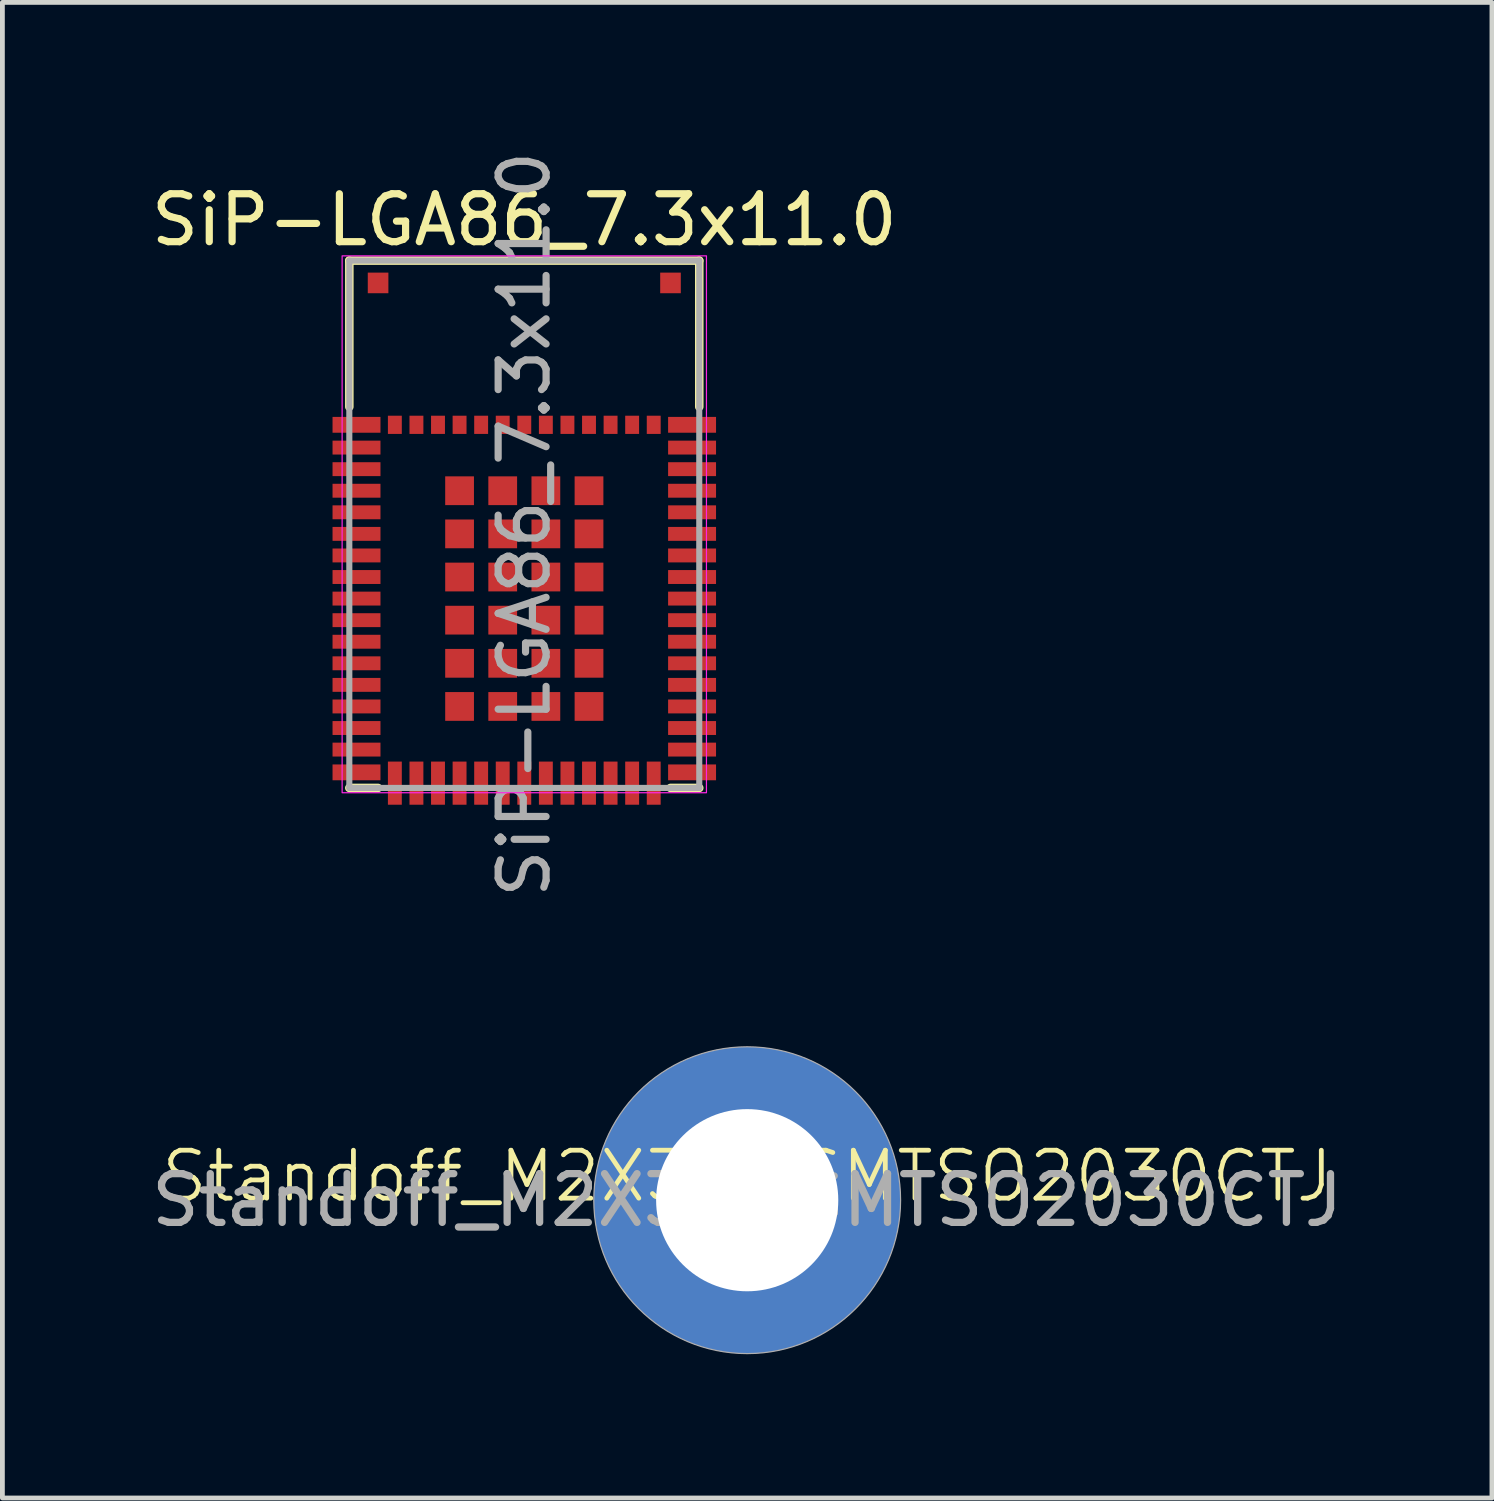
<source format=kicad_pcb>
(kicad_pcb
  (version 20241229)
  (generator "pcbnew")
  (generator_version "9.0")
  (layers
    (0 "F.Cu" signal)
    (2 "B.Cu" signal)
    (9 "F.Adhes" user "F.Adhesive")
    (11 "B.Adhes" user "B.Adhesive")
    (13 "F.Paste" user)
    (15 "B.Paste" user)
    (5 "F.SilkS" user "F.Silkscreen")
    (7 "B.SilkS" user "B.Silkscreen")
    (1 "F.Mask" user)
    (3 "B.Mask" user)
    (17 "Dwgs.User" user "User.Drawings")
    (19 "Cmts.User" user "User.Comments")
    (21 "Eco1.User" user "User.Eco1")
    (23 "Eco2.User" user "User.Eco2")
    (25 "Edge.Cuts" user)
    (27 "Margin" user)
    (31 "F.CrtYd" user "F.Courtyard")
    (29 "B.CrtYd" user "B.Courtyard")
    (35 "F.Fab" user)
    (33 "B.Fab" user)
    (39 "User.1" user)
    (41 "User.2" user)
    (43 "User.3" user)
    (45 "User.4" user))
  (footprint "SiP-LGA86_7.3x11.0"
    (layer "F.Cu")
    (at 7.887 7.887)
    (property "Reference" "SiP-LGA86_7.3x11.0" (at 0 -6.35 0) (layer "F.SilkS") (effects (font (size 1 1) (thickness 0.15))))
    (attr smd)
    (fp_line (start -3.65 -5.5) (end 3.65 -5.5) (stroke (width 0.178) (type solid)) (layer "F.SilkS"))
    (fp_line (start -3.65 -2.45) (end -3.65 -5.5) (stroke (width 0.178) (type solid)) (layer "F.SilkS"))
    (fp_line (start -3.65 5.5) (end -3.05 5.5) (stroke (width 0.178) (type solid)) (layer "F.SilkS"))
    (fp_line (start 3.65 -5.5) (end 3.65 -2.45) (stroke (width 0.178) (type solid)) (layer "F.SilkS"))
    (fp_line (start 3.65 5.5) (end 3.05 5.5) (stroke (width 0.178) (type solid)) (layer "F.SilkS"))
    (fp_rect (start -3.8 -5.6) (end 3.8 5.6) (stroke (width 0.025) (type solid)) (fill no) (layer "F.CrtYd"))
    (fp_line (start -3.65 -5.5) (end -3.65 5.5) (stroke (width 0.127) (type solid)) (layer "F.Fab"))
    (fp_line (start -3.65 -5.5) (end 3.65 -5.5) (stroke (width 0.127) (type solid)) (layer "F.Fab"))
    (fp_line (start -3.65 5.5) (end 3.65 5.5) (stroke (width 0.127) (type solid)) (layer "F.Fab"))
    (fp_line (start 3.65 -5.5) (end 3.65 5.5) (stroke (width 0.127) (type solid)) (layer "F.Fab"))
    (fp_text user "${REFERENCE}" (at 0 0 90) (unlocked yes) (layer "F.Fab") (effects (font (size 1 1) (thickness 0.15))))
    (pad "1" smd rect (at -3.5 -2.075) (size 1 0.33) (layers "F.Cu" "F.Mask" "F.Paste"))
    (pad "2" smd rect (at -3.5 -1.6) (size 1 0.29) (layers "F.Cu" "F.Mask" "F.Paste"))
    (pad "3" smd rect (at -3.5 -1.15) (size 1 0.29) (layers "F.Cu" "F.Mask" "F.Paste"))
    (pad "4" smd rect (at -3.5 -0.7) (size 1 0.29) (layers "F.Cu" "F.Mask" "F.Paste"))
    (pad "5" smd rect (at -3.5 -0.25) (size 1 0.29) (layers "F.Cu" "F.Mask" "F.Paste"))
    (pad "6" smd rect (at -3.5 0.2) (size 1 0.29) (layers "F.Cu" "F.Mask" "F.Paste"))
    (pad "7" smd rect (at -3.5 0.65) (size 1 0.29) (layers "F.Cu" "F.Mask" "F.Paste"))
    (pad "8" smd rect (at -3.5 1.1) (size 1 0.29) (layers "F.Cu" "F.Mask" "F.Paste"))
    (pad "9" smd rect (at -3.5 1.55) (size 1 0.29) (layers "F.Cu" "F.Mask" "F.Paste"))
    (pad "10" smd rect (at -3.5 2) (size 1 0.29) (layers "F.Cu" "F.Mask" "F.Paste"))
    (pad "11" smd rect (at -3.5 2.45) (size 1 0.29) (layers "F.Cu" "F.Mask" "F.Paste"))
    (pad "12" smd rect (at -3.5 2.9) (size 1 0.29) (layers "F.Cu" "F.Mask" "F.Paste"))
    (pad "13" smd rect (at -3.5 3.35) (size 1 0.29) (layers "F.Cu" "F.Mask" "F.Paste"))
    (pad "14" smd rect (at -3.5 3.8) (size 1 0.29) (layers "F.Cu" "F.Mask" "F.Paste"))
    (pad "15" smd rect (at -3.5 4.25) (size 1 0.29) (layers "F.Cu" "F.Mask" "F.Paste"))
    (pad "16" smd rect (at -3.5 4.7) (size 1 0.29) (layers "F.Cu" "F.Mask" "F.Paste"))
    (pad "17" smd rect (at -3.5 5.175) (size 1 0.33) (layers "F.Cu" "F.Mask" "F.Paste"))
    (pad "18" smd rect (at -2.7 5.4) (size 0.29 0.9) (layers "F.Cu" "F.Mask" "F.Paste"))
    (pad "19" smd rect (at -2.25 5.4) (size 0.29 0.9) (layers "F.Cu" "F.Mask" "F.Paste"))
    (pad "20" smd rect (at -1.8 5.4) (size 0.29 0.9) (layers "F.Cu" "F.Mask" "F.Paste"))
    (pad "21" smd rect (at -1.35 5.4) (size 0.29 0.9) (layers "F.Cu" "F.Mask" "F.Paste"))
    (pad "22" smd rect (at -0.9 5.4) (size 0.29 0.9) (layers "F.Cu" "F.Mask" "F.Paste"))
    (pad "23" smd rect (at -0.45 5.4) (size 0.29 0.9) (layers "F.Cu" "F.Mask" "F.Paste"))
    (pad "24" smd rect (at 0 5.4) (size 0.29 0.9) (layers "F.Cu" "F.Mask" "F.Paste"))
    (pad "25" smd rect (at 0.45 5.4) (size 0.29 0.9) (layers "F.Cu" "F.Mask" "F.Paste"))
    (pad "26" smd rect (at 0.9 5.4) (size 0.29 0.9) (layers "F.Cu" "F.Mask" "F.Paste"))
    (pad "27" smd rect (at 1.35 5.4) (size 0.29 0.9) (layers "F.Cu" "F.Mask" "F.Paste"))
    (pad "28" smd rect (at 1.8 5.4) (size 0.29 0.9) (layers "F.Cu" "F.Mask" "F.Paste"))
    (pad "29" smd rect (at 2.25 5.4) (size 0.29 0.9) (layers "F.Cu" "F.Mask" "F.Paste"))
    (pad "30" smd rect (at 2.7 5.4) (size 0.29 0.9) (layers "F.Cu" "F.Mask" "F.Paste"))
    (pad "31" smd rect (at 3.5 5.175) (size 1 0.33) (layers "F.Cu" "F.Mask" "F.Paste"))
    (pad "32" smd rect (at 3.5 4.7) (size 1 0.29) (layers "F.Cu" "F.Mask" "F.Paste"))
    (pad "33" smd rect (at 3.5 4.25) (size 1 0.29) (layers "F.Cu" "F.Mask" "F.Paste"))
    (pad "34" smd rect (at 3.5 3.8) (size 1 0.29) (layers "F.Cu" "F.Mask" "F.Paste"))
    (pad "35" smd rect (at 3.5 3.35) (size 1 0.29) (layers "F.Cu" "F.Mask" "F.Paste"))
    (pad "36" smd rect (at 3.5 2.9) (size 1 0.29) (layers "F.Cu" "F.Mask" "F.Paste"))
    (pad "37" smd rect (at 3.5 2.45) (size 1 0.29) (layers "F.Cu" "F.Mask" "F.Paste"))
    (pad "38" smd rect (at 3.5 2) (size 1 0.29) (layers "F.Cu" "F.Mask" "F.Paste"))
    (pad "39" smd rect (at 3.5 1.55) (size 1 0.29) (layers "F.Cu" "F.Mask" "F.Paste"))
    (pad "40" smd rect (at 3.5 1.1) (size 1 0.29) (layers "F.Cu" "F.Mask" "F.Paste"))
    (pad "41" smd rect (at 3.5 0.65) (size 1 0.29) (layers "F.Cu" "F.Mask" "F.Paste"))
    (pad "42" smd rect (at 3.5 0.2) (size 1 0.29) (layers "F.Cu" "F.Mask" "F.Paste"))
    (pad "43" smd rect (at 3.5 -0.25) (size 1 0.29) (layers "F.Cu" "F.Mask" "F.Paste"))
    (pad "44" smd rect (at 3.5 -0.7) (size 1 0.29) (layers "F.Cu" "F.Mask" "F.Paste"))
    (pad "45" smd rect (at 3.5 -1.15) (size 1 0.29) (layers "F.Cu" "F.Mask" "F.Paste"))
    (pad "46" smd rect (at 3.5 -1.6) (size 1 0.29) (layers "F.Cu" "F.Mask" "F.Paste"))
    (pad "47" smd rect (at 3.5 -2.075) (size 1 0.33) (layers "F.Cu" "F.Mask" "F.Paste"))
    (pad "48" smd rect (at 2.7 -2.075) (size 0.29 0.38) (layers "F.Cu" "F.Mask" "F.Paste"))
    (pad "49" smd rect (at 2.25 -2.075) (size 0.29 0.38) (layers "F.Cu" "F.Mask" "F.Paste"))
    (pad "50" smd rect (at 1.8 -2.075) (size 0.29 0.38) (layers "F.Cu" "F.Mask" "F.Paste"))
    (pad "51" smd rect (at 1.35 -2.075) (size 0.29 0.38) (layers "F.Cu" "F.Mask" "F.Paste"))
    (pad "52" smd rect (at 0.9 -2.075) (size 0.29 0.38) (layers "F.Cu" "F.Mask" "F.Paste"))
    (pad "53" smd rect (at 0.45 -2.075) (size 0.29 0.38) (layers "F.Cu" "F.Mask" "F.Paste"))
    (pad "54" smd rect (at 0 -2.075) (size 0.29 0.38) (layers "F.Cu" "F.Mask" "F.Paste"))
    (pad "55" smd rect (at -0.45 -2.075) (size 0.29 0.38) (layers "F.Cu" "F.Mask" "F.Paste"))
    (pad "56" smd rect (at -0.9 -2.075) (size 0.29 0.38) (layers "F.Cu" "F.Mask" "F.Paste"))
    (pad "57" smd rect (at -1.35 -2.075) (size 0.29 0.38) (layers "F.Cu" "F.Mask" "F.Paste"))
    (pad "58" smd rect (at -1.8 -2.075) (size 0.29 0.38) (layers "F.Cu" "F.Mask" "F.Paste"))
    (pad "59" smd rect (at -2.25 -2.075) (size 0.29 0.38) (layers "F.Cu" "F.Mask" "F.Paste"))
    (pad "60" smd rect (at -2.7 -2.075) (size 0.29 0.38) (layers "F.Cu" "F.Mask" "F.Paste"))
    (pad "61" smd rect (at -1.35 -0.7) (size 0.6 0.6) (layers "F.Cu" "F.Mask" "F.Paste"))
    (pad "62" smd rect (at -1.35 0.2) (size 0.6 0.6) (layers "F.Cu" "F.Mask" "F.Paste"))
    (pad "63" smd rect (at -1.35 1.1) (size 0.6 0.6) (layers "F.Cu" "F.Mask" "F.Paste"))
    (pad "64" smd rect (at -1.35 2) (size 0.6 0.6) (layers "F.Cu" "F.Mask" "F.Paste"))
    (pad "65" smd rect (at -1.35 2.9) (size 0.6 0.6) (layers "F.Cu" "F.Mask" "F.Paste"))
    (pad "66" smd rect (at -1.35 3.8) (size 0.6 0.6) (layers "F.Cu" "F.Mask" "F.Paste"))
    (pad "67" smd rect (at -0.45 3.8) (size 0.6 0.6) (layers "F.Cu" "F.Mask" "F.Paste"))
    (pad "68" smd rect (at 0.45 3.8) (size 0.6 0.6) (layers "F.Cu" "F.Mask" "F.Paste"))
    (pad "69" smd rect (at 1.35 3.8) (size 0.6 0.6) (layers "F.Cu" "F.Mask" "F.Paste"))
    (pad "70" smd rect (at 1.35 2.9) (size 0.6 0.6) (layers "F.Cu" "F.Mask" "F.Paste"))
    (pad "71" smd rect (at 1.35 2) (size 0.6 0.6) (layers "F.Cu" "F.Mask" "F.Paste"))
    (pad "72" smd rect (at 1.35 1.1) (size 0.6 0.6) (layers "F.Cu" "F.Mask" "F.Paste"))
    (pad "73" smd rect (at 1.35 0.2) (size 0.6 0.6) (layers "F.Cu" "F.Mask" "F.Paste"))
    (pad "74" smd rect (at 1.35 -0.7) (size 0.6 0.6) (layers "F.Cu" "F.Mask" "F.Paste"))
    (pad "75" smd rect (at 0.45 -0.7) (size 0.6 0.6) (layers "F.Cu" "F.Mask" "F.Paste"))
    (pad "76" smd rect (at -0.45 -0.7) (size 0.6 0.6) (layers "F.Cu" "F.Mask" "F.Paste"))
    (pad "77" smd rect (at -0.45 0.2) (size 0.6 0.6) (layers "F.Cu" "F.Mask" "F.Paste"))
    (pad "78" smd rect (at -0.45 1.1) (size 0.6 0.6) (layers "F.Cu" "F.Mask" "F.Paste"))
    (pad "79" smd rect (at -0.45 2) (size 0.6 0.6) (layers "F.Cu" "F.Mask" "F.Paste"))
    (pad "80" smd rect (at -0.45 2.9) (size 0.6 0.6) (layers "F.Cu" "F.Mask" "F.Paste"))
    (pad "81" smd rect (at 0.45 2.9) (size 0.6 0.6) (layers "F.Cu" "F.Mask" "F.Paste"))
    (pad "82" smd rect (at 0.45 2) (size 0.6 0.6) (layers "F.Cu" "F.Mask" "F.Paste"))
    (pad "83" smd rect (at 0.45 1.1) (size 0.6 0.6) (layers "F.Cu" "F.Mask" "F.Paste"))
    (pad "84" smd rect (at 0.45 0.2) (size 0.6 0.6) (layers "F.Cu" "F.Mask" "F.Paste"))
    (pad "85" smd rect (at -3.05 -5.035) (size 0.43 0.43) (layers "F.Cu" "F.Mask" "F.Paste"))
    (pad "86" smd rect (at 3.05 -5.035) (size 0.43 0.43) (layers "F.Cu" "F.Mask" "F.Paste")))
  (footprint "Standoff_M2X3.0_SMTSO2030CTJ"
    (layer "F.Cu")
    (at 12.537 21.987)
    (property "Reference" "Standoff_M2X3.0_SMTSO2030CTJ" (at 0 -0.5 0) (unlocked yes) (layer "F.SilkS") (effects (font (size 1 1) (thickness 0.1))))
    (attr through_hole)
    (fp_circle (center 0 0) (end 3.2 0) (stroke (width 0.025) (type solid)) (fill no) (layer "F.Fab"))
    (fp_text user "${REFERENCE}" (at 0 0 0) (unlocked yes) (layer "F.Fab") (effects (font (size 1.016 1.016) (thickness 0.152))))
    (pad "1" thru_hole circle (at 0 0) (size 6.4 6.4) (drill 3.8) (layers "*.Cu" "*.Mask")))
  (gr_rect
    (start -3 -3)
    (end 28.073 28.199)
    (stroke (width 0.1) (type default))
    (fill no)
    (layer "Edge.Cuts")))
</source>
